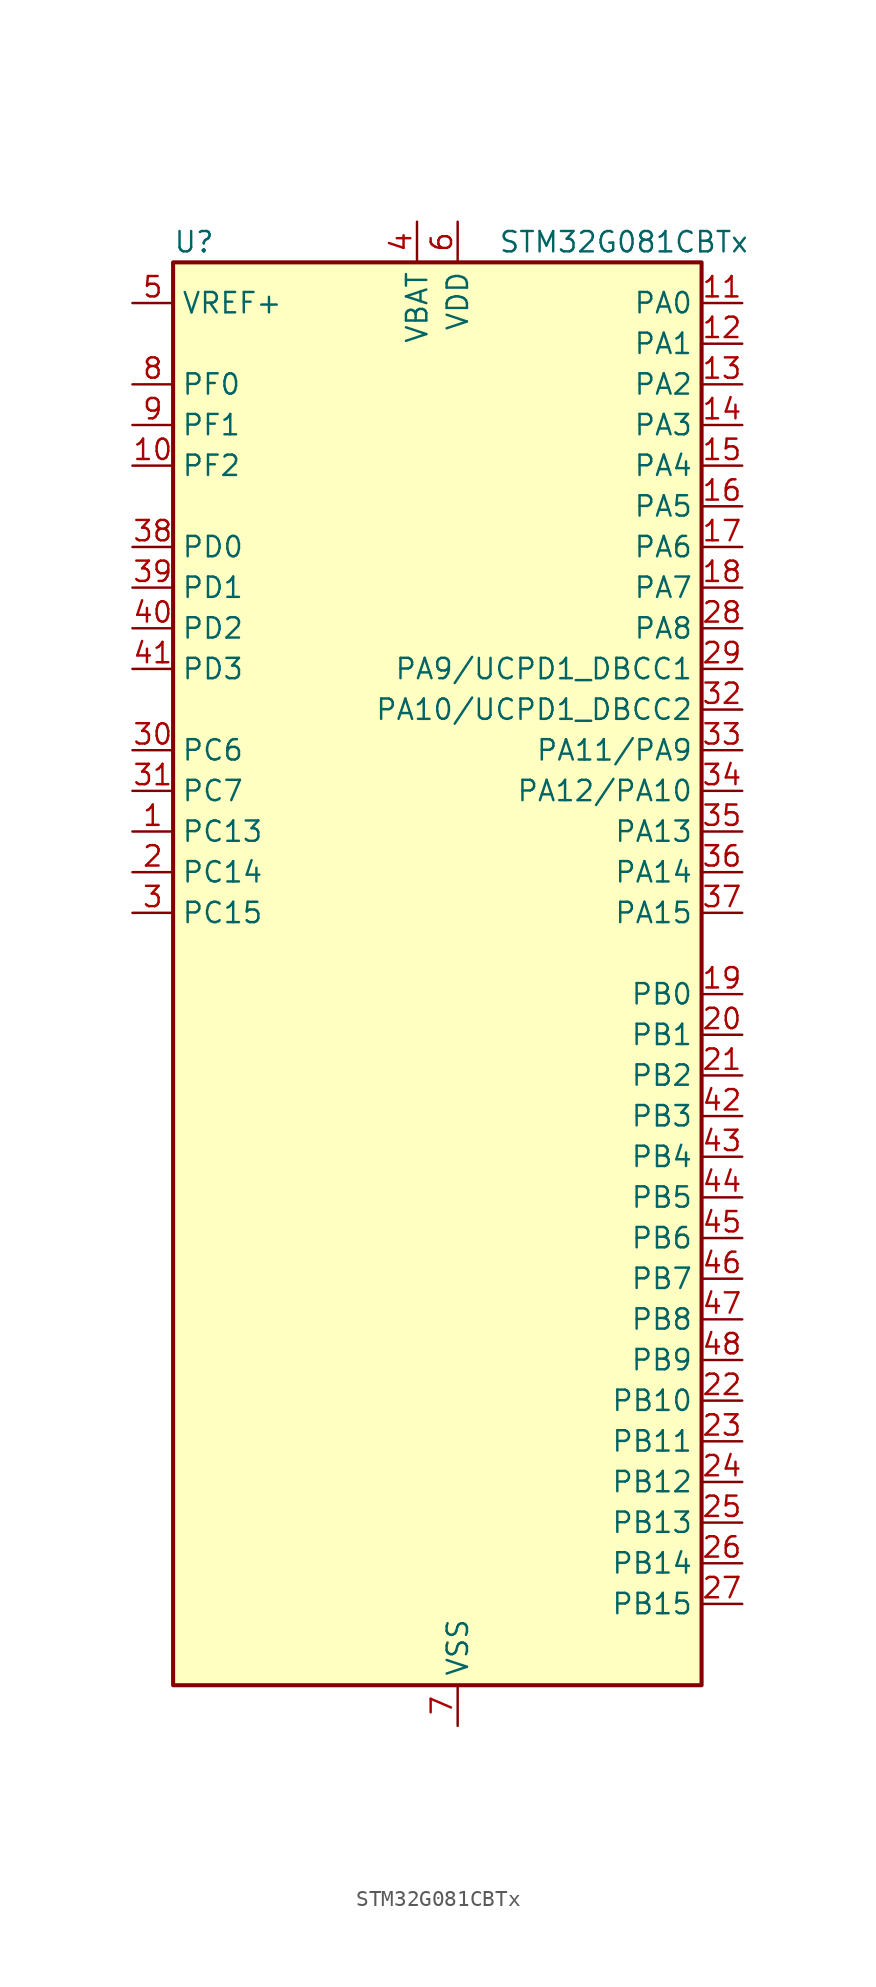
<source format=kicad_sym>
(kicad_symbol_lib
  (version 20211014)
  (generator kicad-library-utils)
  (symbol "STM32G081CBTx"
    (property "Reference" "U"
      (at -15.24 46.99 0)
      (effects (font (size 1.27 1.27)) (justify left)))
    (property "Value" "STM32G081CBTx"
      (at 5.08 46.99 0)
      (effects (font (size 1.27 1.27)) (justify left)))
    (property "ki_fp_filters" "LQFP*7x7mm*P0.5mm*"
      (at 0.0 0.0 0.0)
      (effects (font (size 1.27 1.27))))
    (symbol "STM32G081CBTx_0_1"
      (rectangle (start -15.24 -43.18) (end 17.78 45.72) (stroke (width 0.254)) (fill (type background))))
    (symbol "STM32G081CBTx_1_1"
      (pin input line (at -17.78 43.18 0) (length 2.54) (name "VREF+" (effects (font (size 1.27 1.27)))) (number "5" (effects (font (size 1.27 1.27)))) (alternate "VREFBUF_OUT" bidirectional line))
      (pin bidirectional line (at -17.78 38.1 0) (length 2.54) (name "PF0" (effects (font (size 1.27 1.27)))) (number "8" (effects (font (size 1.27 1.27)))) (alternate "RCC_OSC_IN" bidirectional line) (alternate "TIM14_CH1" bidirectional line))
      (pin bidirectional line (at -17.78 35.56 0) (length 2.54) (name "PF1" (effects (font (size 1.27 1.27)))) (number "9" (effects (font (size 1.27 1.27)))) (alternate "RCC_OSC_EN" bidirectional line) (alternate "RCC_OSC_OUT" bidirectional line) (alternate "TIM15_CH1N" bidirectional line))
      (pin bidirectional line (at -17.78 33.02 0) (length 2.54) (name "PF2" (effects (font (size 1.27 1.27)))) (number "10" (effects (font (size 1.27 1.27)))) (alternate "RCC_MCO" bidirectional line))
      (pin bidirectional line (at -17.78 27.94 0) (length 2.54) (name "PD0" (effects (font (size 1.27 1.27)))) (number "38" (effects (font (size 1.27 1.27)))) (alternate "SPI2_NSS" bidirectional line) (alternate "TIM16_CH1" bidirectional line) (alternate "UCPD2_CC1" bidirectional line))
      (pin bidirectional line (at -17.78 25.4 0) (length 2.54) (name "PD1" (effects (font (size 1.27 1.27)))) (number "39" (effects (font (size 1.27 1.27)))) (alternate "SPI2_SCK" bidirectional line) (alternate "TIM17_CH1" bidirectional line) (alternate "UCPD2_DBCC1" bidirectional line))
      (pin bidirectional line (at -17.78 22.86 0) (length 2.54) (name "PD2" (effects (font (size 1.27 1.27)))) (number "40" (effects (font (size 1.27 1.27)))) (alternate "TIM1_CH1N" bidirectional line) (alternate "TIM3_ETR" bidirectional line) (alternate "UCPD2_CC2" bidirectional line) (alternate "USART3_CK" bidirectional line) (alternate "USART3_DE" bidirectional line) (alternate "USART3_RTS" bidirectional line))
      (pin bidirectional line (at -17.78 20.32 0) (length 2.54) (name "PD3" (effects (font (size 1.27 1.27)))) (number "41" (effects (font (size 1.27 1.27)))) (alternate "SPI2_MISO" bidirectional line) (alternate "TIM1_CH2N" bidirectional line) (alternate "UCPD2_DBCC2" bidirectional line) (alternate "USART2_CTS" bidirectional line) (alternate "USART2_NSS" bidirectional line))
      (pin bidirectional line (at -17.78 15.24 0) (length 2.54) (name "PC6" (effects (font (size 1.27 1.27)))) (number "30" (effects (font (size 1.27 1.27)))) (alternate "TIM2_CH3" bidirectional line) (alternate "TIM3_CH1" bidirectional line) (alternate "UCPD1_FRSTX1" bidirectional line) (alternate "UCPD1_FRSTX2" bidirectional line))
      (pin bidirectional line (at -17.78 12.7 0) (length 2.54) (name "PC7" (effects (font (size 1.27 1.27)))) (number "31" (effects (font (size 1.27 1.27)))) (alternate "TIM2_CH4" bidirectional line) (alternate "TIM3_CH2" bidirectional line) (alternate "UCPD2_FRSTX1" bidirectional line) (alternate "UCPD2_FRSTX2" bidirectional line))
      (pin bidirectional line (at -17.78 10.16 0) (length 2.54) (name "PC13" (effects (font (size 1.27 1.27)))) (number "1" (effects (font (size 1.27 1.27)))) (alternate "RTC_OUT_ALARM" bidirectional line) (alternate "RTC_OUT_CALIB" bidirectional line) (alternate "RTC_TAMP_IN1" bidirectional line) (alternate "RTC_TS" bidirectional line) (alternate "SYS_WKUP2" bidirectional line) (alternate "TIM1_BK" bidirectional line))
      (pin bidirectional line (at -17.78 7.62 0) (length 2.54) (name "PC14" (effects (font (size 1.27 1.27)))) (number "2" (effects (font (size 1.27 1.27)))) (alternate "RCC_OSC32_IN" bidirectional line) (alternate "TIM1_BK2" bidirectional line))
      (pin bidirectional line (at -17.78 5.08 0) (length 2.54) (name "PC15" (effects (font (size 1.27 1.27)))) (number "3" (effects (font (size 1.27 1.27)))) (alternate "RCC_OSC32_EN" bidirectional line) (alternate "RCC_OSC32_OUT" bidirectional line) (alternate "RCC_OSC_EN" bidirectional line) (alternate "TIM15_BK" bidirectional line))
      (pin bidirectional line (at 20.32 43.18 180) (length 2.54) (name "PA0" (effects (font (size 1.27 1.27)))) (number "11" (effects (font (size 1.27 1.27)))) (alternate "ADC1_IN0" bidirectional line) (alternate "COMP1_INM" bidirectional line) (alternate "COMP1_OUT" bidirectional line) (alternate "LPTIM1_OUT" bidirectional line) (alternate "RTC_TAMP_IN2" bidirectional line) (alternate "SPI2_SCK" bidirectional line) (alternate "SYS_WKUP1" bidirectional line) (alternate "TIM2_CH1" bidirectional line) (alternate "TIM2_ETR" bidirectional line) (alternate "UCPD2_FRSTX1" bidirectional line) (alternate "UCPD2_FRSTX2" bidirectional line) (alternate "USART2_CTS" bidirectional line) (alternate "USART2_NSS" bidirectional line) (alternate "USART4_TX" bidirectional line))
      (pin bidirectional line (at 20.32 40.64 180) (length 2.54) (name "PA1" (effects (font (size 1.27 1.27)))) (number "12" (effects (font (size 1.27 1.27)))) (alternate "ADC1_IN1" bidirectional line) (alternate "COMP1_INP" bidirectional line) (alternate "I2C1_SMBA" bidirectional line) (alternate "I2S1_CK" bidirectional line) (alternate "SPI1_SCK" bidirectional line) (alternate "TIM15_CH1N" bidirectional line) (alternate "TIM2_CH2" bidirectional line) (alternate "USART2_CK" bidirectional line) (alternate "USART2_DE" bidirectional line) (alternate "USART2_RTS" bidirectional line) (alternate "USART4_RX" bidirectional line))
      (pin bidirectional line (at 20.32 38.1 180) (length 2.54) (name "PA2" (effects (font (size 1.27 1.27)))) (number "13" (effects (font (size 1.27 1.27)))) (alternate "ADC1_IN2" bidirectional line) (alternate "COMP2_INM" bidirectional line) (alternate "COMP2_OUT" bidirectional line) (alternate "I2S1_SD" bidirectional line) (alternate "LPUART1_TX" bidirectional line) (alternate "RCC_LSCO" bidirectional line) (alternate "SPI1_MOSI" bidirectional line) (alternate "SYS_WKUP4" bidirectional line) (alternate "TIM15_CH1" bidirectional line) (alternate "TIM2_CH3" bidirectional line) (alternate "UCPD1_FRSTX1" bidirectional line) (alternate "UCPD1_FRSTX2" bidirectional line) (alternate "USART2_TX" bidirectional line))
      (pin bidirectional line (at 20.32 35.56 180) (length 2.54) (name "PA3" (effects (font (size 1.27 1.27)))) (number "14" (effects (font (size 1.27 1.27)))) (alternate "ADC1_IN3" bidirectional line) (alternate "COMP2_INP" bidirectional line) (alternate "LPUART1_RX" bidirectional line) (alternate "SPI2_MISO" bidirectional line) (alternate "TIM15_CH2" bidirectional line) (alternate "TIM2_CH4" bidirectional line) (alternate "UCPD2_FRSTX1" bidirectional line) (alternate "UCPD2_FRSTX2" bidirectional line) (alternate "USART2_RX" bidirectional line))
      (pin bidirectional line (at 20.32 33.02 180) (length 2.54) (name "PA4" (effects (font (size 1.27 1.27)))) (number "15" (effects (font (size 1.27 1.27)))) (alternate "ADC1_IN4" bidirectional line) (alternate "DAC1_OUT1" bidirectional line) (alternate "I2S1_WS" bidirectional line) (alternate "LPTIM2_OUT" bidirectional line) (alternate "RTC_OUT_ALARM" bidirectional line) (alternate "RTC_OUT_CALIB" bidirectional line) (alternate "SPI1_NSS" bidirectional line) (alternate "SPI2_MOSI" bidirectional line) (alternate "TIM14_CH1" bidirectional line) (alternate "UCPD2_FRSTX1" bidirectional line) (alternate "UCPD2_FRSTX2" bidirectional line))
      (pin bidirectional line (at 20.32 30.48 180) (length 2.54) (name "PA5" (effects (font (size 1.27 1.27)))) (number "16" (effects (font (size 1.27 1.27)))) (alternate "ADC1_IN5" bidirectional line) (alternate "CEC" bidirectional line) (alternate "DAC1_OUT2" bidirectional line) (alternate "I2S1_CK" bidirectional line) (alternate "LPTIM2_ETR" bidirectional line) (alternate "SPI1_SCK" bidirectional line) (alternate "TIM2_CH1" bidirectional line) (alternate "TIM2_ETR" bidirectional line) (alternate "UCPD1_FRSTX1" bidirectional line) (alternate "UCPD1_FRSTX2" bidirectional line) (alternate "USART3_TX" bidirectional line))
      (pin bidirectional line (at 20.32 27.94 180) (length 2.54) (name "PA6" (effects (font (size 1.27 1.27)))) (number "17" (effects (font (size 1.27 1.27)))) (alternate "ADC1_IN6" bidirectional line) (alternate "COMP1_OUT" bidirectional line) (alternate "I2S1_MCK" bidirectional line) (alternate "LPUART1_CTS" bidirectional line) (alternate "SPI1_MISO" bidirectional line) (alternate "TIM16_CH1" bidirectional line) (alternate "TIM1_BK" bidirectional line) (alternate "TIM3_CH1" bidirectional line) (alternate "USART3_CTS" bidirectional line) (alternate "USART3_NSS" bidirectional line))
      (pin bidirectional line (at 20.32 25.4 180) (length 2.54) (name "PA7" (effects (font (size 1.27 1.27)))) (number "18" (effects (font (size 1.27 1.27)))) (alternate "ADC1_IN7" bidirectional line) (alternate "COMP2_OUT" bidirectional line) (alternate "I2S1_SD" bidirectional line) (alternate "SPI1_MOSI" bidirectional line) (alternate "TIM14_CH1" bidirectional line) (alternate "TIM17_CH1" bidirectional line) (alternate "TIM1_CH1N" bidirectional line) (alternate "TIM3_CH2" bidirectional line) (alternate "UCPD1_FRSTX1" bidirectional line) (alternate "UCPD1_FRSTX2" bidirectional line))
      (pin bidirectional line (at 20.32 22.86 180) (length 2.54) (name "PA8" (effects (font (size 1.27 1.27)))) (number "28" (effects (font (size 1.27 1.27)))) (alternate "LPTIM2_OUT" bidirectional line) (alternate "RCC_MCO" bidirectional line) (alternate "SPI2_NSS" bidirectional line) (alternate "TIM1_CH1" bidirectional line) (alternate "UCPD1_CC1" bidirectional line))
      (pin bidirectional line (at 20.32 20.32 180) (length 2.54) (name "PA9/UCPD1_DBCC1" (effects (font (size 1.27 1.27)))) (number "29" (effects (font (size 1.27 1.27)))) (alternate "DAC1_EXTI9" bidirectional line) (alternate "I2C1_SCL" bidirectional line) (alternate "RCC_MCO" bidirectional line) (alternate "SPI2_MISO" bidirectional line) (alternate "TIM15_BK" bidirectional line) (alternate "TIM1_CH2" bidirectional line) (alternate "UCPD1_DBCC1" bidirectional line) (alternate "USART1_TX" bidirectional line))
      (pin bidirectional line (at 20.32 17.78 180) (length 2.54) (name "PA10/UCPD1_DBCC2" (effects (font (size 1.27 1.27)))) (number "32" (effects (font (size 1.27 1.27)))) (alternate "I2C1_SDA" bidirectional line) (alternate "SPI2_MOSI" bidirectional line) (alternate "TIM17_BK" bidirectional line) (alternate "TIM1_CH3" bidirectional line) (alternate "UCPD1_DBCC2" bidirectional line) (alternate "USART1_RX" bidirectional line))
      (pin bidirectional line (at 20.32 15.24 180) (length 2.54) (name "PA11/PA9" (effects (font (size 1.27 1.27)))) (number "33" (effects (font (size 1.27 1.27)))) (alternate "ADC1_EXTI11" bidirectional line) (alternate "COMP1_OUT" bidirectional line) (alternate "I2C2_SCL" bidirectional line) (alternate "I2S1_MCK" bidirectional line) (alternate "SPI1_MISO" bidirectional line) (alternate "TIM1_BK2" bidirectional line) (alternate "TIM1_CH4" bidirectional line) (alternate "USART1_CTS" bidirectional line) (alternate "USART1_NSS" bidirectional line))
      (pin bidirectional line (at 20.32 12.7 180) (length 2.54) (name "PA12/PA10" (effects (font (size 1.27 1.27)))) (number "34" (effects (font (size 1.27 1.27)))) (alternate "COMP2_OUT" bidirectional line) (alternate "I2C2_SDA" bidirectional line) (alternate "I2S1_SD" bidirectional line) (alternate "I2S_CKIN" bidirectional line) (alternate "SPI1_MOSI" bidirectional line) (alternate "TIM1_ETR" bidirectional line) (alternate "USART1_CK" bidirectional line) (alternate "USART1_DE" bidirectional line) (alternate "USART1_RTS" bidirectional line))
      (pin bidirectional line (at 20.32 10.16 180) (length 2.54) (name "PA13" (effects (font (size 1.27 1.27)))) (number "35" (effects (font (size 1.27 1.27)))) (alternate "IR_OUT" bidirectional line) (alternate "SYS_SWDIO" bidirectional line))
      (pin bidirectional line (at 20.32 7.62 180) (length 2.54) (name "PA14" (effects (font (size 1.27 1.27)))) (number "36" (effects (font (size 1.27 1.27)))) (alternate "SYS_SWCLK" bidirectional line) (alternate "USART2_TX" bidirectional line))
      (pin bidirectional line (at 20.32 5.08 180) (length 2.54) (name "PA15" (effects (font (size 1.27 1.27)))) (number "37" (effects (font (size 1.27 1.27)))) (alternate "I2S1_WS" bidirectional line) (alternate "SPI1_NSS" bidirectional line) (alternate "TIM2_CH1" bidirectional line) (alternate "TIM2_ETR" bidirectional line) (alternate "USART2_RX" bidirectional line) (alternate "USART3_CK" bidirectional line) (alternate "USART3_DE" bidirectional line) (alternate "USART3_RTS" bidirectional line) (alternate "USART4_CK" bidirectional line) (alternate "USART4_DE" bidirectional line) (alternate "USART4_RTS" bidirectional line))
      (pin bidirectional line (at 20.32 0.0 180) (length 2.54) (name "PB0" (effects (font (size 1.27 1.27)))) (number "19" (effects (font (size 1.27 1.27)))) (alternate "ADC1_IN8" bidirectional line) (alternate "COMP1_OUT" bidirectional line) (alternate "I2S1_WS" bidirectional line) (alternate "LPTIM1_OUT" bidirectional line) (alternate "SPI1_NSS" bidirectional line) (alternate "TIM1_CH2N" bidirectional line) (alternate "TIM3_CH3" bidirectional line) (alternate "UCPD1_FRSTX1" bidirectional line) (alternate "UCPD1_FRSTX2" bidirectional line) (alternate "USART3_RX" bidirectional line))
      (pin bidirectional line (at 20.32 -2.54 180) (length 2.54) (name "PB1" (effects (font (size 1.27 1.27)))) (number "20" (effects (font (size 1.27 1.27)))) (alternate "ADC1_IN9" bidirectional line) (alternate "COMP1_INM" bidirectional line) (alternate "LPTIM2_IN1" bidirectional line) (alternate "LPUART1_DE" bidirectional line) (alternate "LPUART1_RTS" bidirectional line) (alternate "TIM14_CH1" bidirectional line) (alternate "TIM1_CH3N" bidirectional line) (alternate "TIM3_CH4" bidirectional line) (alternate "USART3_CK" bidirectional line) (alternate "USART3_DE" bidirectional line) (alternate "USART3_RTS" bidirectional line))
      (pin bidirectional line (at 20.32 -5.08 180) (length 2.54) (name "PB2" (effects (font (size 1.27 1.27)))) (number "21" (effects (font (size 1.27 1.27)))) (alternate "ADC1_IN10" bidirectional line) (alternate "COMP1_INP" bidirectional line) (alternate "LPTIM1_OUT" bidirectional line) (alternate "SPI2_MISO" bidirectional line) (alternate "USART3_TX" bidirectional line))
      (pin bidirectional line (at 20.32 -7.62 180) (length 2.54) (name "PB3" (effects (font (size 1.27 1.27)))) (number "42" (effects (font (size 1.27 1.27)))) (alternate "COMP2_INM" bidirectional line) (alternate "I2S1_CK" bidirectional line) (alternate "SPI1_SCK" bidirectional line) (alternate "TIM1_CH2" bidirectional line) (alternate "TIM2_CH2" bidirectional line) (alternate "USART1_CK" bidirectional line) (alternate "USART1_DE" bidirectional line) (alternate "USART1_RTS" bidirectional line))
      (pin bidirectional line (at 20.32 -10.16 180) (length 2.54) (name "PB4" (effects (font (size 1.27 1.27)))) (number "43" (effects (font (size 1.27 1.27)))) (alternate "COMP2_INP" bidirectional line) (alternate "I2S1_MCK" bidirectional line) (alternate "SPI1_MISO" bidirectional line) (alternate "TIM17_BK" bidirectional line) (alternate "TIM3_CH1" bidirectional line) (alternate "USART1_CTS" bidirectional line) (alternate "USART1_NSS" bidirectional line))
      (pin bidirectional line (at 20.32 -12.7 180) (length 2.54) (name "PB5" (effects (font (size 1.27 1.27)))) (number "44" (effects (font (size 1.27 1.27)))) (alternate "COMP2_OUT" bidirectional line) (alternate "I2C1_SMBA" bidirectional line) (alternate "I2S1_SD" bidirectional line) (alternate "LPTIM1_IN1" bidirectional line) (alternate "SPI1_MOSI" bidirectional line) (alternate "SYS_WKUP6" bidirectional line) (alternate "TIM16_BK" bidirectional line) (alternate "TIM3_CH2" bidirectional line))
      (pin bidirectional line (at 20.32 -15.24 180) (length 2.54) (name "PB6" (effects (font (size 1.27 1.27)))) (number "45" (effects (font (size 1.27 1.27)))) (alternate "COMP2_INP" bidirectional line) (alternate "I2C1_SCL" bidirectional line) (alternate "LPTIM1_ETR" bidirectional line) (alternate "SPI2_MISO" bidirectional line) (alternate "TIM16_CH1N" bidirectional line) (alternate "TIM1_CH3" bidirectional line) (alternate "USART1_TX" bidirectional line))
      (pin bidirectional line (at 20.32 -17.78 180) (length 2.54) (name "PB7" (effects (font (size 1.27 1.27)))) (number "46" (effects (font (size 1.27 1.27)))) (alternate "COMP2_INM" bidirectional line) (alternate "I2C1_SDA" bidirectional line) (alternate "LPTIM1_IN2" bidirectional line) (alternate "SPI2_MOSI" bidirectional line) (alternate "SYS_PVD_IN" bidirectional line) (alternate "TIM17_CH1N" bidirectional line) (alternate "USART1_RX" bidirectional line) (alternate "USART4_CTS" bidirectional line) (alternate "USART4_NSS" bidirectional line))
      (pin bidirectional line (at 20.32 -20.32 180) (length 2.54) (name "PB8" (effects (font (size 1.27 1.27)))) (number "47" (effects (font (size 1.27 1.27)))) (alternate "CEC" bidirectional line) (alternate "I2C1_SCL" bidirectional line) (alternate "SPI2_SCK" bidirectional line) (alternate "TIM15_BK" bidirectional line) (alternate "TIM16_CH1" bidirectional line) (alternate "USART3_TX" bidirectional line))
      (pin bidirectional line (at 20.32 -22.86 180) (length 2.54) (name "PB9" (effects (font (size 1.27 1.27)))) (number "48" (effects (font (size 1.27 1.27)))) (alternate "DAC1_EXTI9" bidirectional line) (alternate "I2C1_SDA" bidirectional line) (alternate "IR_OUT" bidirectional line) (alternate "SPI2_NSS" bidirectional line) (alternate "TIM17_CH1" bidirectional line) (alternate "UCPD2_FRSTX1" bidirectional line) (alternate "UCPD2_FRSTX2" bidirectional line) (alternate "USART3_RX" bidirectional line))
      (pin bidirectional line (at 20.32 -25.4 180) (length 2.54) (name "PB10" (effects (font (size 1.27 1.27)))) (number "22" (effects (font (size 1.27 1.27)))) (alternate "ADC1_IN11" bidirectional line) (alternate "CEC" bidirectional line) (alternate "COMP1_OUT" bidirectional line) (alternate "I2C2_SCL" bidirectional line) (alternate "LPUART1_RX" bidirectional line) (alternate "SPI2_SCK" bidirectional line) (alternate "TIM2_CH3" bidirectional line) (alternate "USART3_TX" bidirectional line))
      (pin bidirectional line (at 20.32 -27.94 180) (length 2.54) (name "PB11" (effects (font (size 1.27 1.27)))) (number "23" (effects (font (size 1.27 1.27)))) (alternate "ADC1_EXTI11" bidirectional line) (alternate "ADC1_IN15" bidirectional line) (alternate "COMP2_OUT" bidirectional line) (alternate "I2C2_SDA" bidirectional line) (alternate "LPUART1_TX" bidirectional line) (alternate "SPI2_MOSI" bidirectional line) (alternate "TIM2_CH4" bidirectional line) (alternate "USART3_RX" bidirectional line))
      (pin bidirectional line (at 20.32 -30.48 180) (length 2.54) (name "PB12" (effects (font (size 1.27 1.27)))) (number "24" (effects (font (size 1.27 1.27)))) (alternate "ADC1_IN16" bidirectional line) (alternate "LPUART1_DE" bidirectional line) (alternate "LPUART1_RTS" bidirectional line) (alternate "SPI2_NSS" bidirectional line) (alternate "TIM15_BK" bidirectional line) (alternate "TIM1_BK" bidirectional line) (alternate "UCPD2_FRSTX1" bidirectional line) (alternate "UCPD2_FRSTX2" bidirectional line))
      (pin bidirectional line (at 20.32 -33.02 180) (length 2.54) (name "PB13" (effects (font (size 1.27 1.27)))) (number "25" (effects (font (size 1.27 1.27)))) (alternate "I2C2_SCL" bidirectional line) (alternate "LPUART1_CTS" bidirectional line) (alternate "SPI2_SCK" bidirectional line) (alternate "TIM15_CH1N" bidirectional line) (alternate "TIM1_CH1N" bidirectional line) (alternate "USART3_CTS" bidirectional line) (alternate "USART3_NSS" bidirectional line))
      (pin bidirectional line (at 20.32 -35.56 180) (length 2.54) (name "PB14" (effects (font (size 1.27 1.27)))) (number "26" (effects (font (size 1.27 1.27)))) (alternate "I2C2_SDA" bidirectional line) (alternate "SPI2_MISO" bidirectional line) (alternate "TIM15_CH1" bidirectional line) (alternate "TIM1_CH2N" bidirectional line) (alternate "UCPD1_FRSTX1" bidirectional line) (alternate "UCPD1_FRSTX2" bidirectional line) (alternate "USART3_CK" bidirectional line) (alternate "USART3_DE" bidirectional line) (alternate "USART3_RTS" bidirectional line))
      (pin bidirectional line (at 20.32 -38.1 180) (length 2.54) (name "PB15" (effects (font (size 1.27 1.27)))) (number "27" (effects (font (size 1.27 1.27)))) (alternate "RTC_REFIN" bidirectional line) (alternate "SPI2_MOSI" bidirectional line) (alternate "TIM15_CH1N" bidirectional line) (alternate "TIM15_CH2" bidirectional line) (alternate "TIM1_CH3N" bidirectional line) (alternate "UCPD1_CC2" bidirectional line))
      (pin power_in line (at 0.0 48.26 270) (length 2.54) (name "VBAT" (effects (font (size 1.27 1.27)))) (number "4" (effects (font (size 1.27 1.27)))))
      (pin power_in line (at 2.54 48.26 270) (length 2.54) (name "VDD" (effects (font (size 1.27 1.27)))) (number "6" (effects (font (size 1.27 1.27)))))
      (pin power_in line (at 2.54 -45.72 90) (length 2.54) (name "VSS" (effects (font (size 1.27 1.27)))) (number "7" (effects (font (size 1.27 1.27))))))))
</source>
